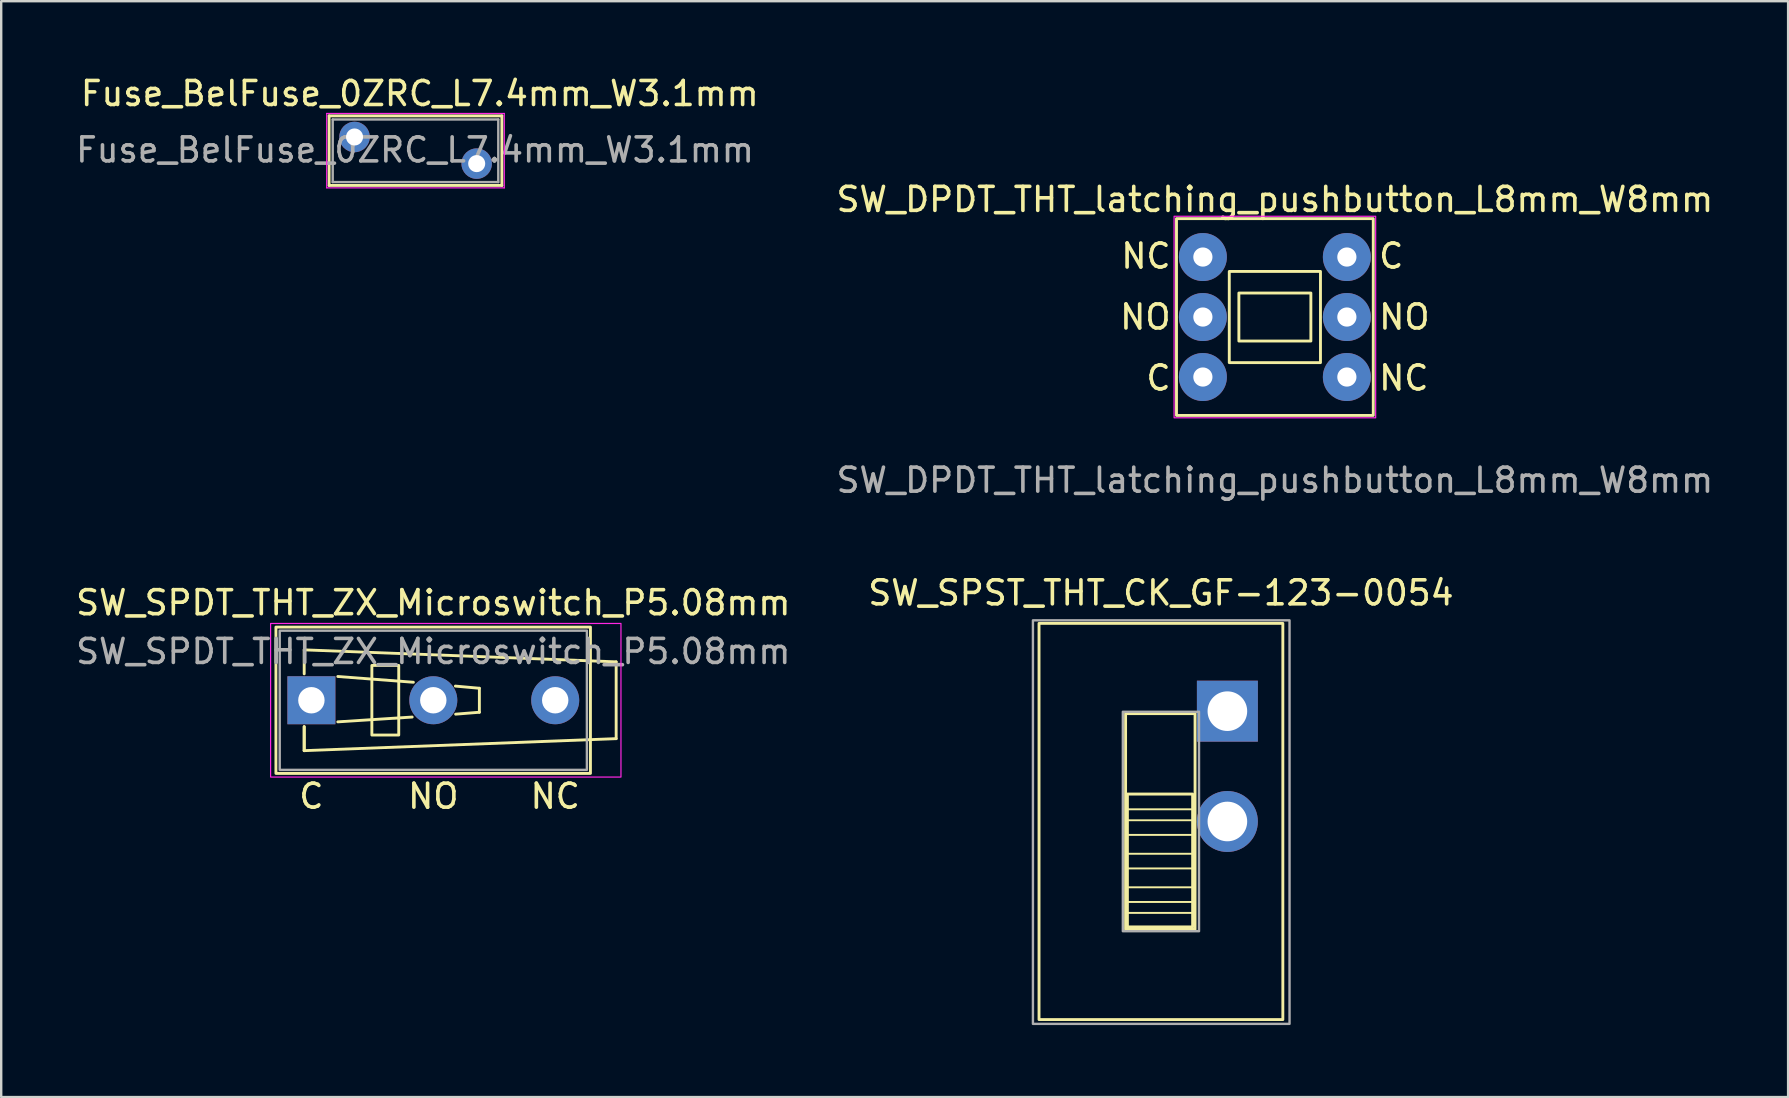
<source format=kicad_pcb>
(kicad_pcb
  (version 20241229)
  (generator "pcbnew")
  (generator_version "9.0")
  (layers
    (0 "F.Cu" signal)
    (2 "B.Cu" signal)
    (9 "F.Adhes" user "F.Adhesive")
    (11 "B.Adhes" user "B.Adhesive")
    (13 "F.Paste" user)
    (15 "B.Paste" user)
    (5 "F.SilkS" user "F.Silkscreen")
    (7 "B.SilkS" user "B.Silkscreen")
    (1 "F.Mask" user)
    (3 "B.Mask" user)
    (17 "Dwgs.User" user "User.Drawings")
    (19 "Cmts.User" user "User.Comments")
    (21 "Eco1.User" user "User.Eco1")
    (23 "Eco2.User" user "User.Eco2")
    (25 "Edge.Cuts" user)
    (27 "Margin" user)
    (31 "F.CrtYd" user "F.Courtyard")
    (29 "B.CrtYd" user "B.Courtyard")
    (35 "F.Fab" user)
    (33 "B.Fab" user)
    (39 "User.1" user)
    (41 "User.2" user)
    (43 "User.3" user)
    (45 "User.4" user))
  (footprint "Fuse_BelFuse_0ZRC_L7.4mm_W3.1mm"
    (layer "F.Cu")
    (at 11.724 2.658)
    (property "Reference" "Fuse_BelFuse_0ZRC_L7.4mm_W3.1mm" (at 2.72 -1.81 0) (layer "F.SilkS") (effects (font (size 1 1) (thickness 0.15))))
    (attr through_hole)
    (fp_line (start -1.06 -0.88) (end -1.06 2.02) (stroke (width 0.12) (type solid)) (layer "F.SilkS"))
    (fp_line (start -1.06 -0.88) (end 6.14 -0.88) (stroke (width 0.12) (type solid)) (layer "F.SilkS"))
    (fp_line (start -1.06 2.02) (end 6.14 2.02) (stroke (width 0.12) (type solid)) (layer "F.SilkS"))
    (fp_line (start 6.14 -0.88) (end 6.14 2.02) (stroke (width 0.12) (type solid)) (layer "F.SilkS"))
    (fp_line (start -1.16 -0.98) (end -1.16 2.12) (stroke (width 0.05) (type solid)) (layer "F.CrtYd"))
    (fp_line (start -1.16 -0.98) (end 6.24 -0.98) (stroke (width 0.05) (type solid)) (layer "F.CrtYd"))
    (fp_line (start -1.16 2.12) (end 6.24 2.12) (stroke (width 0.05) (type solid)) (layer "F.CrtYd"))
    (fp_line (start 6.24 -0.98) (end 6.24 2.12) (stroke (width 0.05) (type solid)) (layer "F.CrtYd"))
    (fp_line (start -0.91 -0.73) (end -0.91 1.88) (stroke (width 0.1) (type solid)) (layer "F.Fab"))
    (fp_line (start -0.91 -0.73) (end 5.99 -0.73) (stroke (width 0.1) (type solid)) (layer "F.Fab"))
    (fp_line (start -0.91 1.88) (end 5.99 1.88) (stroke (width 0.1) (type solid)) (layer "F.Fab"))
    (fp_line (start 5.99 -0.73) (end 5.99 1.88) (stroke (width 0.1) (type solid)) (layer "F.Fab"))
    (fp_text user "${REFERENCE}" (at 2.52 0.54 0) (layer "F.Fab") (effects (font (size 1 1) (thickness 0.15))))
    (pad "1" thru_hole circle (at 0 0) (size 1.27 1.27) (drill 0.71) (layers "*.Cu" "*.Mask"))
    (pad "2" thru_hole circle (at 5.09 1.11) (size 1.27 1.27) (drill 0.71) (layers "*.Cu" "*.Mask")))
  (footprint "SW_SPDT_THT_ZX_Microswitch_P5.08mm"
    (layer "F.Cu")
    (at 9.926 26.13)
    (property "Reference" "SW_SPDT_THT_ZX_Microswitch_P5.08mm" (at 5.08 -4.064 0) (unlocked yes) (layer "F.SilkS") (effects (font (size 1 1) (thickness 0.15))))
    (property "Datasheet" "" (at 0 0 0) (unlocked yes) (layer "F.Fab") (effects (font (size 1.27 1.27) (thickness 0.15))))
    (property "Description" "" (at 0 0 0) (unlocked yes) (layer "F.Fab") (effects (font (size 1.27 1.27) (thickness 0.15))))
    (attr through_hole)
    (fp_line (start -0.3 -1.1) (end -0.3 -2.1) (stroke (width 0.12) (type default)) (layer "F.SilkS"))
    (fp_line (start -0.3 1.1) (end -0.3 2.1) (stroke (width 0.12) (type default)) (layer "F.SilkS"))
    (fp_line (start -0.3 2.1) (end -0.3 1.1) (stroke (width 0.12) (type default)) (layer "F.SilkS"))
    (fp_line (start 1.1 -0.99) (end 4.25 -0.75) (stroke (width 0.12) (type default)) (layer "F.SilkS"))
    (fp_line (start 1.1 0.9) (end 4.2 0.7) (stroke (width 0.12) (type default)) (layer "F.SilkS"))
    (fp_line (start 6 -0.59) (end 7 -0.5) (stroke (width 0.12) (type default)) (layer "F.SilkS"))
    (fp_line (start 7 -0.5) (end 7 0.5) (stroke (width 0.12) (type default)) (layer "F.SilkS"))
    (fp_line (start 7 0.5) (end 6.01 0.58) (stroke (width 0.12) (type default)) (layer "F.SilkS"))
    (fp_line (start 12.7 -1.6) (end -0.3 -2.1) (stroke (width 0.12) (type default)) (layer "F.SilkS"))
    (fp_line (start 12.7 -1.6) (end 12.7 1.6) (stroke (width 0.12) (type default)) (layer "F.SilkS"))
    (fp_line (start 12.7 1.6) (end -0.3 2.1) (stroke (width 0.12) (type default)) (layer "F.SilkS"))
    (fp_rect (start 2.52 -1.45) (end 3.64 1.45) (stroke (width 0.12) (type solid)) (fill no) (layer "F.SilkS"))
    (fp_rect (start 11.628 -3.048) (end -1.478 3.048) (stroke (width 0.12) (type solid)) (fill no) (layer "F.SilkS"))
    (fp_rect (start -1.7 -3.2) (end 12.9 3.2) (stroke (width 0.05) (type solid)) (fill no) (layer "F.CrtYd"))
    (fp_rect (start -1.32 -2.9) (end 11.48 2.9) (stroke (width 0.1) (type default)) (fill no) (layer "F.Fab"))
    (fp_text user "NC" (at 10.16 4 0) (unlocked yes) (layer "F.SilkS") (effects (font (size 1 1) (thickness 0.15))))
    (fp_text user "NO" (at 5.08 4 0) (unlocked yes) (layer "F.SilkS") (effects (font (size 1 1) (thickness 0.15))))
    (fp_text user "C" (at 0 4 0) (unlocked yes) (layer "F.SilkS") (effects (font (size 1 1) (thickness 0.15))))
    (fp_text user "${REFERENCE}" (at 5.08 -2.032 0) (unlocked yes) (layer "F.Fab") (effects (font (size 1 1) (thickness 0.15))))
    (dimension (type aligned) (layer "User.1") (pts (xy 8.606 23.23) (xy 8.606 29.03)) (height 1.33) (format (prefix "") (suffix "") (units 3) (units_format 1) (precision 1)) (style (thickness 0.08) (arrow_length 1) (text_position_mode 0) (arrow_direction outward) (extension_height 0.5) (extension_offset 0.5) (keep_text_aligned yes)) (gr_text "5.8 mm" (at 6.596 26.13 90) (layer "User.1") (effects (font (size 0.6 0.6) (thickness 0.08)))))
    (dimension (type aligned) (layer "User.1") (pts (xy 21.406 23.23) (xy 8.606 23.23)) (height 1.25) (format (prefix "") (suffix "") (units 3) (units_format 1) (precision 1)) (style (thickness 0.08) (arrow_length 1) (text_position_mode 0) (arrow_direction outward) (extension_height 0.5) (extension_offset 0.5) (keep_text_aligned yes)) (gr_text "12.8 mm" (at 15.006 21.3 0) (layer "User.1") (effects (font (size 0.6 0.6) (thickness 0.08)))))
    (pad "1" thru_hole rect (at 0 0) (size 2 2) (drill 1.1) (layers "*.Cu" "*.Mask"))
    (pad "2" thru_hole circle (at 5.08 0) (size 2 2) (drill 1.1) (layers "*.Cu" "*.Mask"))
    (pad "3" thru_hole circle (at 10.16 0) (size 2 2) (drill 1.1) (layers "*.Cu" "*.Mask")))
  (footprint "SW_DPDT_THT_latching_pushbutton_L8mm_W8mm"
    (layer "F.Cu")
    (at 50.075 10.161)
    (property "Reference" "SW_DPDT_THT_latching_pushbutton_L8mm_W8mm" (at 0 -4.9 0) (unlocked yes) (layer "F.SilkS") (effects (font (size 1 1) (thickness 0.15))))
    (attr through_hole)
    (fp_rect (start -4.1 -4.1) (end 4.1 4.1) (stroke (width 0.12) (type default)) (fill no) (layer "F.SilkS"))
    (fp_rect (start -1.9 -1.9) (end 1.9 1.9) (stroke (width 0.12) (type default)) (fill no) (layer "F.SilkS"))
    (fp_rect (start -1.5 -1) (end 1.5 1) (stroke (width 0.12) (type default)) (fill no) (layer "F.SilkS"))
    (fp_rect (start -4.2 -4.2) (end 4.2 4.2) (stroke (width 0.05) (type solid)) (fill no) (layer "F.CrtYd"))
    (fp_text user "NC" (at 4.25 2.54 0) (unlocked yes) (layer "F.SilkS") (effects (font (size 1 1) (thickness 0.15)) (justify left)))
    (fp_text user "NO" (at 4.25 0 0) (unlocked yes) (layer "F.SilkS") (effects (font (size 1 1) (thickness 0.15)) (justify left)))
    (fp_text user "C" (at -4.25 2.54 0) (unlocked yes) (layer "F.SilkS") (effects (font (size 1 1) (thickness 0.15)) (justify right)))
    (fp_text user "NC" (at -4.25 -2.54 0) (unlocked yes) (layer "F.SilkS") (effects (font (size 1 1) (thickness 0.15)) (justify right)))
    (fp_text user "NO" (at -4.25 0 0) (unlocked yes) (layer "F.SilkS") (effects (font (size 1 1) (thickness 0.15)) (justify right)))
    (fp_text user "C" (at 4.25 -2.54 0) (unlocked yes) (layer "F.SilkS") (effects (font (size 1 1) (thickness 0.15)) (justify left)))
    (fp_text user "${REFERENCE}" (at 0 6.8 0) (unlocked yes) (layer "F.Fab") (effects (font (size 1 1) (thickness 0.15))))
    (dimension (type orthogonal) (layer "User.1") (pts (xy 47.075 5.561) (xy 53.075 5.66)) (height -1.7) (orientation 0) (format (prefix "") (suffix "") (units 3) (units_format 0) (precision 4) (suppress_zeroes yes)) (style (thickness 0.1) (arrow_length 1) (text_position_mode 0) (arrow_direction outward) (extension_height 0.586) (extension_offset 0.5) (keep_text_aligned yes)) (gr_text "6" (at 50.075 2.76 0) (layer "User.1") (effects (font (size 1 1) (thickness 0.1)))))
    (dimension (type orthogonal) (layer "User.1") (pts (xy 46.075 5.861) (xy 54.075 5.66)) (height -4) (orientation 0) (format (prefix "") (suffix "") (units 3) (units_format 0) (precision 4) (suppress_zeroes yes)) (style (thickness 0.08) (arrow_length 1) (text_position_mode 0) (arrow_direction outward) (extension_height 0.586) (extension_offset 0.5) (keep_text_aligned yes)) (gr_text "8" (at 50.075 0.76 0) (layer "User.1") (effects (font (size 1 1) (thickness 0.1)))))
    (dimension (type orthogonal) (layer "User.1") (pts (xy 55.375 7.66) (xy 55.375 10.161)) (height 3.4) (orientation 1) (format (prefix "") (suffix "") (units 3) (units_format 0) (precision 4) (suppress_zeroes yes)) (style (thickness 0.1) (arrow_length 1) (text_position_mode 0) (arrow_direction outward) (extension_height 0.586) (extension_offset 0.5) (keep_text_aligned yes)) (gr_text "2.5" (at 57.675 8.911 90) (layer "User.1") (effects (font (size 1 1) (thickness 0.1)))))
    (dimension (type orthogonal) (layer "User.1") (pts (xy 54.875 6.16) (xy 54.875 14.161)) (height 6.5) (orientation 1) (format (prefix "") (suffix "") (units 3) (units_format 0) (precision 4) (suppress_zeroes yes)) (style (thickness 0.1) (arrow_length 1) (text_position_mode 0) (arrow_direction outward) (extension_height 0.586) (extension_offset 0.5) (keep_text_aligned yes)) (gr_text "8" (at 60.275 10.161 90) (layer "User.1") (effects (font (size 1 1) (thickness 0.1)))))
    (pad "1" thru_hole circle (at -3 -2.5) (size 2 2) (drill 0.8) (layers "*.Cu" "*.Mask"))
    (pad "2" thru_hole circle (at -3 0) (size 2 2) (drill 0.8) (layers "*.Cu" "*.Mask"))
    (pad "3" thru_hole circle (at -3 2.5) (size 2 2) (drill 0.8) (layers "*.Cu" "*.Mask"))
    (pad "4" thru_hole circle (at 3 2.5) (size 2 2) (drill 0.8) (layers "*.Cu" "*.Mask"))
    (pad "5" thru_hole circle (at 3 0) (size 2 2) (drill 0.8) (layers "*.Cu" "*.Mask"))
    (pad "6" thru_hole circle (at 3 -2.5) (size 2 2) (drill 0.8) (layers "*.Cu" "*.Mask")))
  (footprint "SW_SPST_THT_CK_GF-123-0054"
    (layer "F.Cu")
    (at 45.327 31.182)
    (property "Reference" "SW_SPST_THT_CK_GF-123-0054" (at 0 -9.525 0) (unlocked yes) (layer "F.SilkS") (effects (font (size 1 1) (thickness 0.15))))
    (attr through_hole)
    (fp_line (start -1.397 1.956) (end 1.397 1.956) (stroke (width 0.08) (type solid)) (layer "F.SilkS"))
    (fp_line (start -1.397 2.743) (end 1.397 2.743) (stroke (width 0.08) (type solid)) (layer "F.SilkS"))
    (fp_line (start -1.397 3.353) (end 1.397 3.353) (stroke (width 0.08) (type solid)) (layer "F.SilkS"))
    (fp_line (start -1.397 3.81) (end 1.397 3.81) (stroke (width 0.08) (type solid)) (layer "F.SilkS"))
    (fp_line (start 1.397 -0.508) (end -1.397 -0.508) (stroke (width 0.08) (type solid)) (layer "F.SilkS"))
    (fp_line (start 1.397 -0.051) (end -1.397 -0.051) (stroke (width 0.08) (type solid)) (layer "F.SilkS"))
    (fp_line (start 1.397 0.559) (end -1.397 0.559) (stroke (width 0.08) (type solid)) (layer "F.SilkS"))
    (fp_line (start 1.397 1.346) (end -1.397 1.346) (stroke (width 0.08) (type solid)) (layer "F.SilkS"))
    (fp_rect (start -5.08 -8.255) (end 5.08 8.255) (stroke (width 0.12) (type solid)) (fill no) (layer "F.SilkS"))
    (fp_rect (start -1.397 4.394) (end 1.321 -1.143) (stroke (width 0.12) (type solid)) (fill no) (layer "F.SilkS"))
    (fp_rect (start 1.422 -4.496) (end -1.473 4.496) (stroke (width 0.12) (type solid)) (fill no) (layer "F.SilkS"))
    (fp_rect (start -5.334 -8.382) (end 5.359 8.433) (stroke (width 0.1) (type solid)) (fill no) (layer "F.Fab"))
    (fp_rect (start -1.587 -4.572) (end 1.587 4.572) (stroke (width 0.1) (type solid)) (fill no) (layer "F.Fab"))
    (pad "1" thru_hole rect (at 2.769 -4.597) (size 2.54 2.54) (drill 1.651) (layers "*.Cu" "*.Mask"))
    (pad "2" thru_hole circle (at 2.769 0) (size 2.54 2.54) (drill 1.651) (layers "*.Cu" "*.Mask")))
  (gr_rect
    (start -3 -3)
    (end 71.462 42.665)
    (stroke (width 0.1) (type default))
    (fill no)
    (layer "Edge.Cuts")))
</source>
